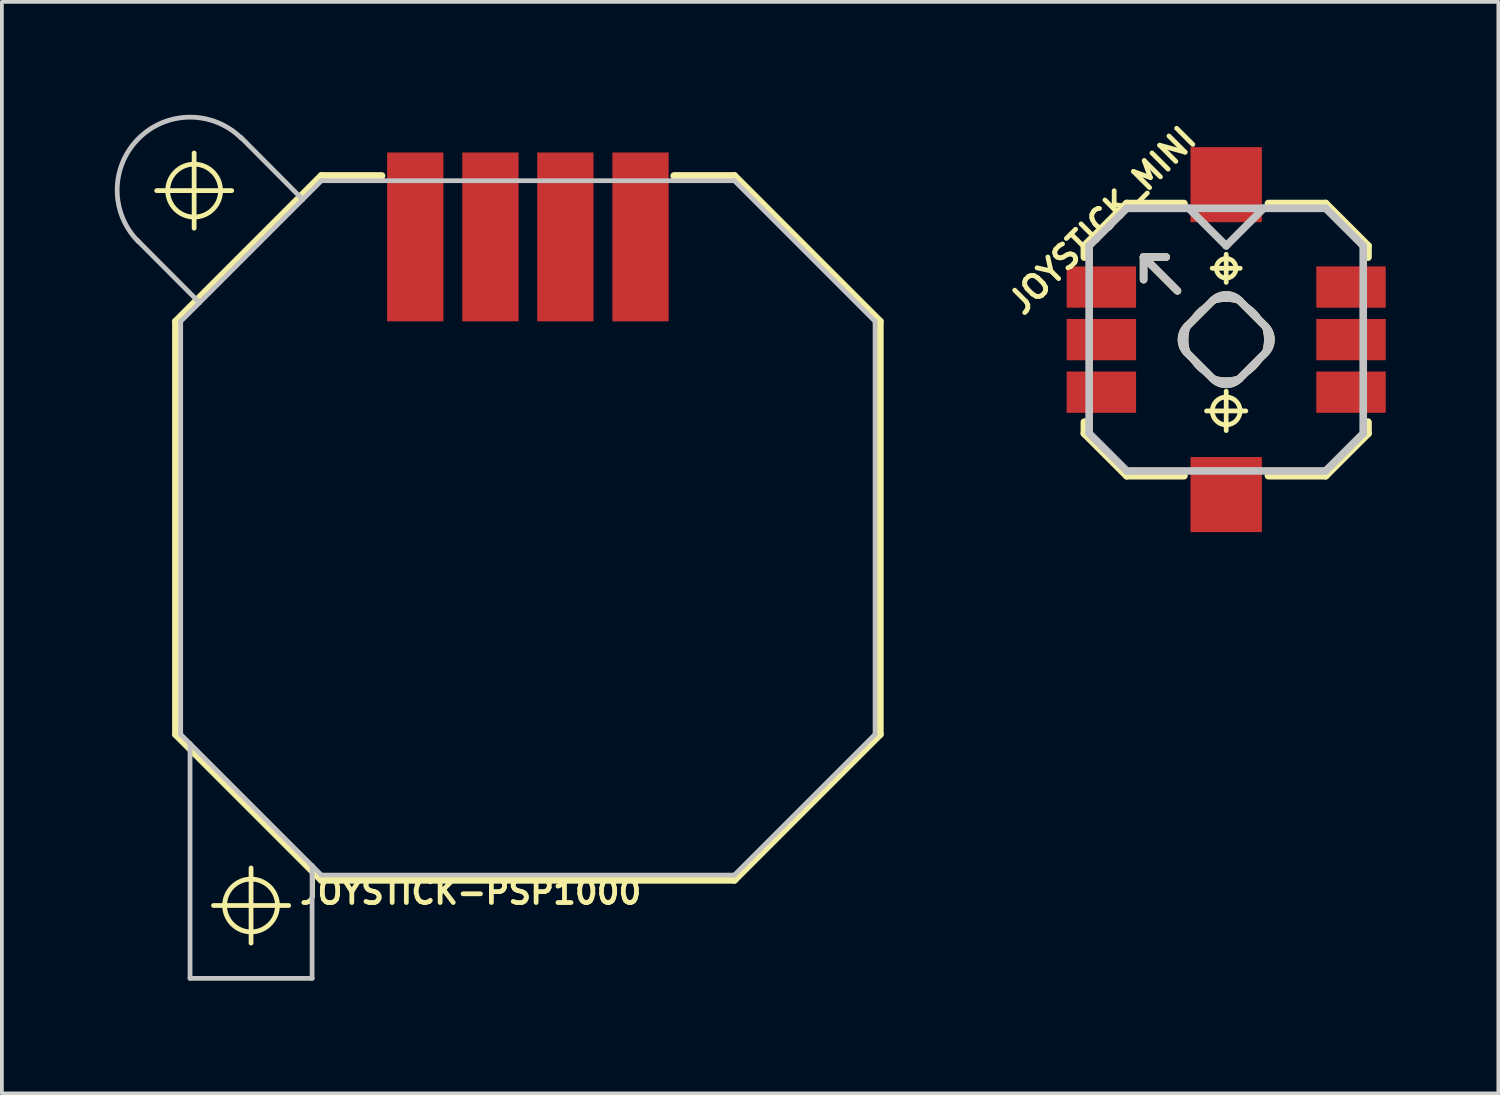
<source format=kicad_pcb>
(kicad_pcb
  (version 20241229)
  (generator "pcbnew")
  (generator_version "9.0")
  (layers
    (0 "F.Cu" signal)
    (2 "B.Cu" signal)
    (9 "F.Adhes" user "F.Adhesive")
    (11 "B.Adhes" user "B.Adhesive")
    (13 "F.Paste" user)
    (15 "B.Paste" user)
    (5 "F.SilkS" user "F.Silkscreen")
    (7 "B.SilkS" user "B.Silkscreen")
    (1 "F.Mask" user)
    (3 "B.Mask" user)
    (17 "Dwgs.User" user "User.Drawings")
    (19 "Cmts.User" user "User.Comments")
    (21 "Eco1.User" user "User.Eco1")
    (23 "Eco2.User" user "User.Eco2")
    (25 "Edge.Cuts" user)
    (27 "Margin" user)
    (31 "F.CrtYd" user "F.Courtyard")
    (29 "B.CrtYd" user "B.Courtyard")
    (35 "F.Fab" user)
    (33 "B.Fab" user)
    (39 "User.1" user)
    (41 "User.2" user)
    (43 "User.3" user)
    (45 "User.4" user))
  (footprint "JOYSTICK-PSP1000"
    (layer "F.Cu")
    (at 11.011 11.011)
    (property "Reference" "JOYSTICK-PSP1000" (at -1.524 9.703 180) (layer "F.SilkS") (effects (font (size 0.61 0.61) (thickness 0.127))))
    (attr smd)
    (fp_line (start -9.888 -8.984) (end -7.889 -8.984) (stroke (width 0.127) (type solid)) (layer "F.SilkS"))
    (fp_line (start -9.375 5.499) (end -9.375 -5.499) (stroke (width 0.203) (type solid)) (layer "F.SilkS"))
    (fp_line (start -9.375 5.499) (end -5.499 9.375) (stroke (width 0.203) (type solid)) (layer "F.SilkS"))
    (fp_line (start -8.89 -7.983) (end -8.89 -9.985) (stroke (width 0.127) (type solid)) (layer "F.SilkS"))
    (fp_line (start -8.374 10.058) (end -6.373 10.058) (stroke (width 0.127) (type solid)) (layer "F.SilkS"))
    (fp_line (start -7.374 11.059) (end -7.374 9.058) (stroke (width 0.127) (type solid)) (layer "F.SilkS"))
    (fp_line (start -5.499 -9.375) (end -9.375 -5.499) (stroke (width 0.203) (type solid)) (layer "F.SilkS"))
    (fp_line (start -5.499 -9.375) (end -3.896 -9.375) (stroke (width 0.203) (type solid)) (layer "F.SilkS"))
    (fp_line (start -5.499 9.375) (end 5.499 9.375) (stroke (width 0.203) (type solid)) (layer "F.SilkS"))
    (fp_line (start 3.896 -9.375) (end 5.499 -9.375) (stroke (width 0.203) (type solid)) (layer "F.SilkS"))
    (fp_line (start 5.499 -9.375) (end 9.375 -5.499) (stroke (width 0.203) (type solid)) (layer "F.SilkS"))
    (fp_line (start 9.375 5.499) (end 5.499 9.375) (stroke (width 0.203) (type solid)) (layer "F.SilkS"))
    (fp_line (start 9.375 5.499) (end 9.375 -5.499) (stroke (width 0.203) (type solid)) (layer "F.SilkS"))
    (fp_circle (center -8.89 -8.984) (end -9.388 -9.482) (stroke (width 0.127) (type solid)) (fill no) (layer "F.SilkS"))
    (fp_circle (center -7.374 10.058) (end -7.871 10.556) (stroke (width 0.127) (type solid)) (fill no) (layer "F.SilkS"))
    (fp_line (start -10.399 -7.656) (end -8.748 -5.999) (stroke (width 0.127) (type solid)) (layer "Dwgs.User"))
    (fp_line (start -9.248 5.499) (end -9.248 -5.499) (stroke (width 0.127) (type solid)) (layer "Dwgs.User"))
    (fp_line (start -9.248 5.499) (end -8.999 5.748) (stroke (width 0.127) (type solid)) (layer "Dwgs.User"))
    (fp_line (start -8.999 5.748) (end -8.999 11.999) (stroke (width 0.127) (type solid)) (layer "Dwgs.User"))
    (fp_line (start -8.999 5.748) (end -5.748 8.999) (stroke (width 0.127) (type solid)) (layer "Dwgs.User"))
    (fp_line (start -8.999 11.999) (end -5.748 11.999) (stroke (width 0.127) (type solid)) (layer "Dwgs.User"))
    (fp_line (start -8.748 -5.999) (end -9.248 -5.499) (stroke (width 0.127) (type solid)) (layer "Dwgs.User"))
    (fp_line (start -7.648 -10.406) (end -5.999 -8.748) (stroke (width 0.127) (type solid)) (layer "Dwgs.User"))
    (fp_line (start -5.999 -8.748) (end -8.748 -5.999) (stroke (width 0.127) (type solid)) (layer "Dwgs.User"))
    (fp_line (start -5.748 8.999) (end -5.499 9.248) (stroke (width 0.127) (type solid)) (layer "Dwgs.User"))
    (fp_line (start -5.748 11.999) (end -5.748 8.999) (stroke (width 0.127) (type solid)) (layer "Dwgs.User"))
    (fp_line (start -5.499 -9.248) (end -5.999 -8.748) (stroke (width 0.127) (type solid)) (layer "Dwgs.User"))
    (fp_line (start -5.499 -9.248) (end 5.499 -9.248) (stroke (width 0.127) (type solid)) (layer "Dwgs.User"))
    (fp_line (start -5.499 9.248) (end 5.499 9.248) (stroke (width 0.127) (type solid)) (layer "Dwgs.User"))
    (fp_line (start 5.499 -9.248) (end 9.248 -5.499) (stroke (width 0.127) (type solid)) (layer "Dwgs.User"))
    (fp_line (start 9.248 5.499) (end 5.499 9.248) (stroke (width 0.127) (type solid)) (layer "Dwgs.User"))
    (fp_line (start 9.248 5.499) (end 9.248 -5.499) (stroke (width 0.127) (type solid)) (layer "Dwgs.User"))
    (fp_arc (start -10.37844 -7.63016) (mid -10.37844 -10.37844) (end -7.63016 -10.37844) (stroke (width 0.127) (type solid)) (layer "Dwgs.User"))
    (pad "GND" smd rect (at -3 -7.75 90) (size 4.498 1.499) (layers "F.Cu" "F.Mask" "F.Paste"))
    (pad "VCC" smd rect (at 0.998 -7.75 90) (size 4.498 1.499) (layers "F.Cu" "F.Mask" "F.Paste"))
    (pad "X" smd rect (at 3 -7.75 90) (size 4.498 1.499) (layers "F.Cu" "F.Mask" "F.Paste"))
    (pad "Y" smd rect (at -0.998 -7.75 90) (size 4.498 1.499) (layers "F.Cu" "F.Mask" "F.Paste")))
  (footprint "JOYSTICK_MINI"
    (layer "F.Cu")
    (at 29.611 5.996)
    (property "Reference" "JOYSTICK_MINI" (at -3.302 -3.175 45) (layer "F.SilkS") (effects (font (size 0.61 0.61) (thickness 0.127))))
    (attr smd)
    (fp_line (start -3.777 -2.499) (end -2.649 -3.625) (stroke (width 0.203) (type solid)) (layer "F.SilkS"))
    (fp_line (start -3.777 -2.197) (end -3.777 -2.499) (stroke (width 0.203) (type solid)) (layer "F.SilkS"))
    (fp_line (start -3.777 2.499) (end -3.777 2.197) (stroke (width 0.203) (type solid)) (layer "F.SilkS"))
    (fp_line (start -2.649 -3.625) (end -1.125 -3.625) (stroke (width 0.203) (type solid)) (layer "F.SilkS"))
    (fp_line (start -2.649 3.625) (end -3.777 2.499) (stroke (width 0.203) (type solid)) (layer "F.SilkS"))
    (fp_line (start -2.2 -2.2) (end -2.2 -1.598) (stroke (width 0.203) (type solid)) (layer "F.SilkS"))
    (fp_line (start -2.2 -2.2) (end -1.598 -2.2) (stroke (width 0.203) (type solid)) (layer "F.SilkS"))
    (fp_line (start -1.298 -1.298) (end -2.2 -2.2) (stroke (width 0.203) (type solid)) (layer "F.SilkS"))
    (fp_line (start -1.125 3.625) (end -2.649 3.625) (stroke (width 0.203) (type solid)) (layer "F.SilkS"))
    (fp_line (start -1.044 0.353) (end -0.353 1.044) (stroke (width 0.203) (type solid)) (layer "F.SilkS"))
    (fp_line (start -0.523 1.9) (end 0.523 1.9) (stroke (width 0.127) (type solid)) (layer "F.SilkS"))
    (fp_line (start -0.373 -1.9) (end 0.373 -1.9) (stroke (width 0.127) (type solid)) (layer "F.SilkS"))
    (fp_line (start -0.353 -1.044) (end -1.044 -0.353) (stroke (width 0.203) (type solid)) (layer "F.SilkS"))
    (fp_line (start 0 -1.524) (end 0 -2.273) (stroke (width 0.127) (type solid)) (layer "F.SilkS"))
    (fp_line (start 0 2.423) (end 0 1.374) (stroke (width 0.127) (type solid)) (layer "F.SilkS"))
    (fp_line (start 0.353 1.044) (end 1.044 0.353) (stroke (width 0.203) (type solid)) (layer "F.SilkS"))
    (fp_line (start 1.044 -0.353) (end 0.353 -1.044) (stroke (width 0.203) (type solid)) (layer "F.SilkS"))
    (fp_line (start 1.125 -3.625) (end 2.649 -3.625) (stroke (width 0.203) (type solid)) (layer "F.SilkS"))
    (fp_line (start 2.649 -3.625) (end 3.777 -2.499) (stroke (width 0.203) (type solid)) (layer "F.SilkS"))
    (fp_line (start 2.649 3.625) (end 1.125 3.625) (stroke (width 0.203) (type solid)) (layer "F.SilkS"))
    (fp_line (start 3.777 -2.499) (end 3.777 -2.197) (stroke (width 0.203) (type solid)) (layer "F.SilkS"))
    (fp_line (start 3.777 2.197) (end 3.777 2.499) (stroke (width 0.203) (type solid)) (layer "F.SilkS"))
    (fp_line (start 3.777 2.499) (end 2.649 3.625) (stroke (width 0.203) (type solid)) (layer "F.SilkS"))
    (fp_arc (start -1.04394 0.35306) (mid -1.190182 0) (end -1.04394 -0.35306) (stroke (width 0.2032) (type solid)) (layer "F.SilkS"))
    (fp_arc (start -0.35306 -1.04394) (mid 0 -1.190182) (end 0.35306 -1.04394) (stroke (width 0.2032) (type solid)) (layer "F.SilkS"))
    (fp_arc (start 0.35306 1.04394) (mid 0 1.190182) (end -0.35306 1.04394) (stroke (width 0.2032) (type solid)) (layer "F.SilkS"))
    (fp_arc (start 1.04394 -0.35306) (mid 1.190182 0) (end 1.04394 0.35306) (stroke (width 0.2032) (type solid)) (layer "F.SilkS"))
    (fp_circle (center 0 -1.9) (end -0.185 -2.085) (stroke (width 0.127) (type solid)) (fill no) (layer "F.SilkS"))
    (fp_circle (center 0 0) (end -0.749 0.749) (stroke (width 0.102) (type solid)) (fill no) (layer "F.SilkS"))
    (fp_circle (center 0 1.9) (end -0.262 2.162) (stroke (width 0.127) (type solid)) (fill no) (layer "F.SilkS"))
    (fp_line (start -3.65 -2.499) (end -2.649 -3.498) (stroke (width 0.203) (type solid)) (layer "Dwgs.User"))
    (fp_line (start -3.65 2.499) (end -3.65 -2.499) (stroke (width 0.203) (type solid)) (layer "Dwgs.User"))
    (fp_line (start -2.649 -3.498) (end -0.998 -3.498) (stroke (width 0.203) (type solid)) (layer "Dwgs.User"))
    (fp_line (start -2.649 3.498) (end -3.65 2.499) (stroke (width 0.203) (type solid)) (layer "Dwgs.User"))
    (fp_line (start -2.2 -2.2) (end -2.2 -1.598) (stroke (width 0.203) (type solid)) (layer "Dwgs.User"))
    (fp_line (start -2.2 -2.2) (end -1.598 -2.2) (stroke (width 0.203) (type solid)) (layer "Dwgs.User"))
    (fp_line (start -1.298 -1.298) (end -2.2 -2.2) (stroke (width 0.203) (type solid)) (layer "Dwgs.User"))
    (fp_line (start -1.044 0.353) (end -0.353 1.044) (stroke (width 0.203) (type solid)) (layer "Dwgs.User"))
    (fp_line (start -0.998 -3.498) (end 0.998 -3.498) (stroke (width 0.203) (type solid)) (layer "Dwgs.User"))
    (fp_line (start -0.353 -1.044) (end -1.044 -0.353) (stroke (width 0.203) (type solid)) (layer "Dwgs.User"))
    (fp_line (start 0 -2.499) (end -0.998 -3.498) (stroke (width 0.203) (type solid)) (layer "Dwgs.User"))
    (fp_line (start 0 -2.499) (end 0.998 -3.498) (stroke (width 0.203) (type solid)) (layer "Dwgs.User"))
    (fp_line (start 0.353 1.044) (end 1.044 0.353) (stroke (width 0.203) (type solid)) (layer "Dwgs.User"))
    (fp_line (start 0.998 -3.498) (end 2.649 -3.498) (stroke (width 0.203) (type solid)) (layer "Dwgs.User"))
    (fp_line (start 1.044 -0.353) (end 0.353 -1.044) (stroke (width 0.203) (type solid)) (layer "Dwgs.User"))
    (fp_line (start 2.649 -3.498) (end 3.65 -2.499) (stroke (width 0.203) (type solid)) (layer "Dwgs.User"))
    (fp_line (start 2.649 3.498) (end -2.649 3.498) (stroke (width 0.203) (type solid)) (layer "Dwgs.User"))
    (fp_line (start 3.65 -2.499) (end 3.65 2.499) (stroke (width 0.203) (type solid)) (layer "Dwgs.User"))
    (fp_line (start 3.65 2.499) (end 2.649 3.498) (stroke (width 0.203) (type solid)) (layer "Dwgs.User"))
    (fp_arc (start -1.04394 0.35306) (mid -1.190182 0) (end -1.04394 -0.35306) (stroke (width 0.2032) (type solid)) (layer "Dwgs.User"))
    (fp_arc (start -0.35306 -1.04394) (mid 0 -1.190182) (end 0.35306 -1.04394) (stroke (width 0.2032) (type solid)) (layer "Dwgs.User"))
    (fp_arc (start 0.35306 1.04394) (mid 0 1.190182) (end -0.35306 1.04394) (stroke (width 0.2032) (type solid)) (layer "Dwgs.User"))
    (fp_arc (start 1.04394 -0.35306) (mid 1.190182 0) (end 1.04394 0.35306) (stroke (width 0.2032) (type solid)) (layer "Dwgs.User"))
    (fp_circle (center 0 0) (end -0.749 0.749) (stroke (width 0.102) (type solid)) (fill no) (layer "Dwgs.User"))
    (pad "A" smd rect (at -3.325 -1.4) (size 1.849 1.1) (layers "F.Cu" "F.Mask" "F.Paste"))
    (pad "B" smd rect (at 3.325 -1.4) (size 1.849 1.1) (layers "F.Cu" "F.Mask" "F.Paste"))
    (pad "C" smd rect (at -3.325 1.4) (size 1.849 1.1) (layers "F.Cu" "F.Mask" "F.Paste"))
    (pad "CTR" smd rect (at -3.325 0) (size 1.849 1.1) (layers "F.Cu" "F.Mask" "F.Paste"))
    (pad "D" smd rect (at 3.325 1.4) (size 1.849 1.1) (layers "F.Cu" "F.Mask" "F.Paste"))
    (pad "GND" smd rect (at 3.325 0) (size 1.849 1.1) (layers "F.Cu" "F.Mask" "F.Paste"))
    (pad "NC" smd rect (at 0 -4.128) (size 1.9 1.999) (layers "F.Cu" "F.Mask" "F.Paste"))
    (pad "NC@0" smd rect (at 0 4.128) (size 1.9 1.999) (layers "F.Cu" "F.Mask" "F.Paste")))
  (gr_rect
    (start -3 -3)
    (end 36.86 26.074)
    (stroke (width 0.1) (type default))
    (fill no)
    (layer "Edge.Cuts")))
</source>
